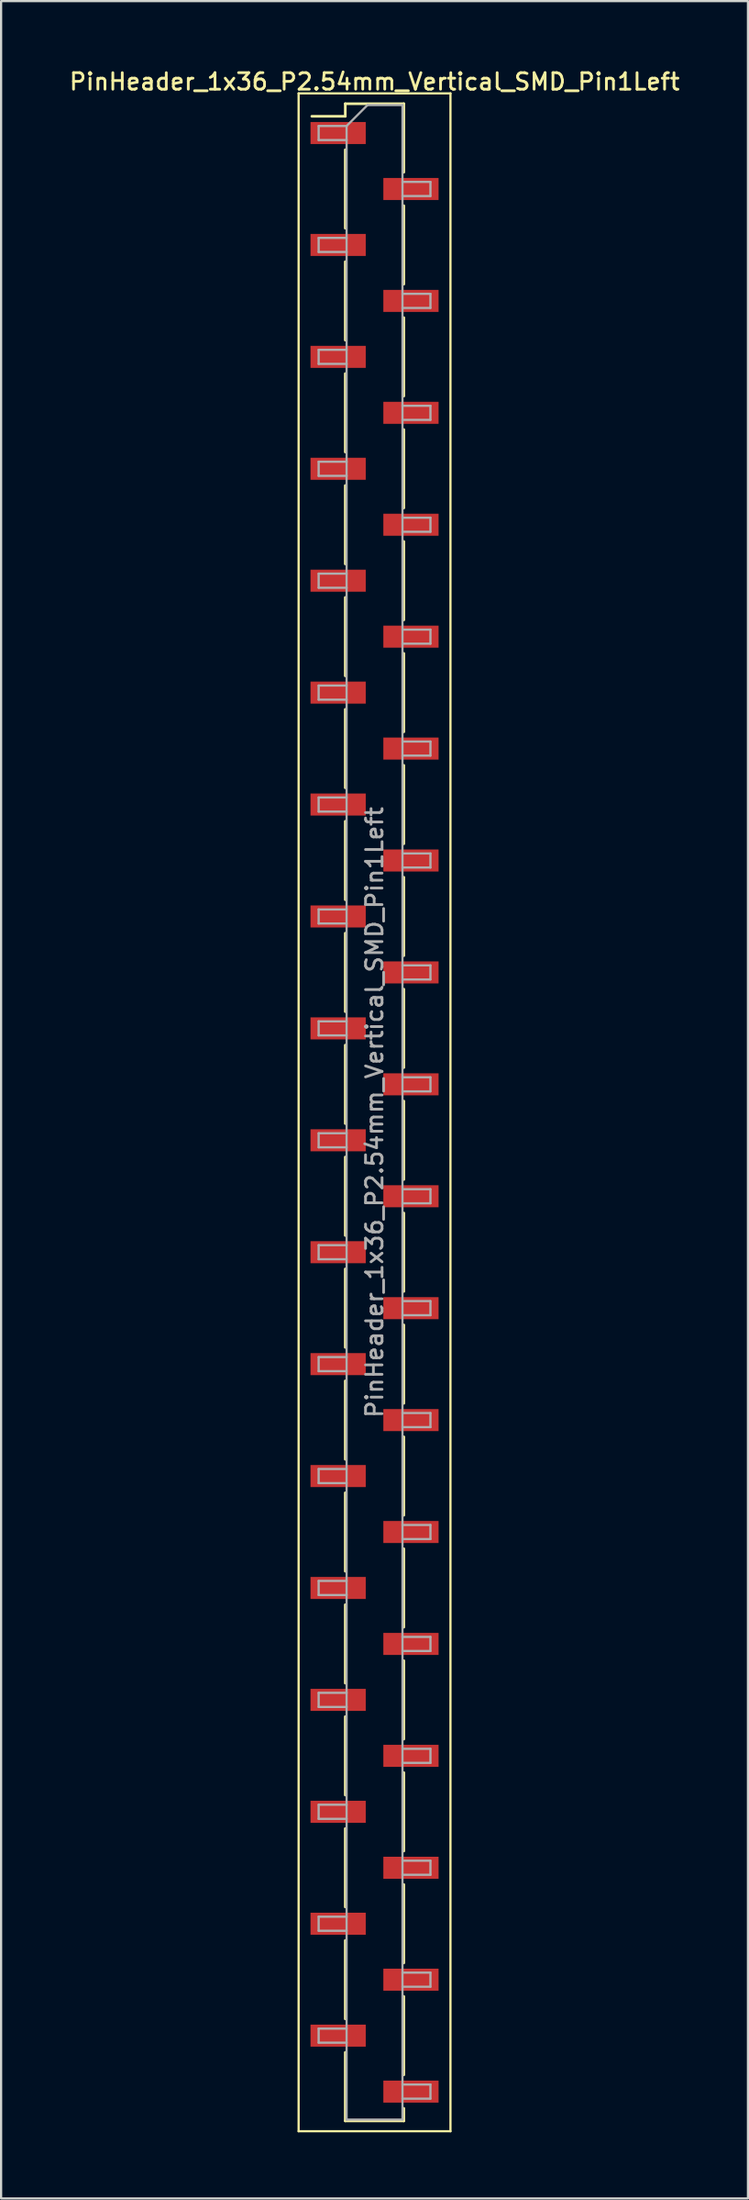
<source format=kicad_pcb>
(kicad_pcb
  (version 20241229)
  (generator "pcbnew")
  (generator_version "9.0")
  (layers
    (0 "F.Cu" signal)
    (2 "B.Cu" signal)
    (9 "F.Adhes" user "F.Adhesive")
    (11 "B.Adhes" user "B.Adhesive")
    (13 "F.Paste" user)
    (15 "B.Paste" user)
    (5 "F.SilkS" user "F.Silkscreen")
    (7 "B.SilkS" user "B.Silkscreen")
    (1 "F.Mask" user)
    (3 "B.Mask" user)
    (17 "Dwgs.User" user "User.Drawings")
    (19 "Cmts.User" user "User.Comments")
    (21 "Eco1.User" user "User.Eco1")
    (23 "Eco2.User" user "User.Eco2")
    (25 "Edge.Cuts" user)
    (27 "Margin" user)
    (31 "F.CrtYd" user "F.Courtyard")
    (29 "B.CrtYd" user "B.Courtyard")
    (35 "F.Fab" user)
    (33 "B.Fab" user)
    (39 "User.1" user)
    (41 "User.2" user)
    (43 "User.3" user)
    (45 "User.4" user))
  (footprint "PinHeader_1x36_P2.54mm_Vertical_SMD_Pin1Left"
    (layer "F.Cu")
    (at 13.97 47.438)
    (property "Reference" "PinHeader_1x36_P2.54mm_Vertical_SMD_Pin1Left" (at 0 -46.78 0) (layer "F.SilkS") (effects (font (size 0.75 0.75) (thickness 0.125))))
    (attr smd)
    (fp_line (start -3.45 -46.25) (end -3.45 46.25) (stroke (width 0.1) (type solid)) (layer "F.SilkS"))
    (fp_line (start -3.45 46.25) (end 3.45 46.25) (stroke (width 0.1) (type solid)) (layer "F.SilkS"))
    (fp_line (start -1.33 -45.78) (end -1.33 -45.21) (stroke (width 0.12) (type solid)) (layer "F.SilkS"))
    (fp_line (start -1.33 -45.78) (end 1.33 -45.78) (stroke (width 0.12) (type solid)) (layer "F.SilkS"))
    (fp_line (start -1.33 -45.21) (end -2.85 -45.21) (stroke (width 0.12) (type solid)) (layer "F.SilkS"))
    (fp_line (start -1.33 -43.69) (end -1.33 -40.13) (stroke (width 0.12) (type solid)) (layer "F.SilkS"))
    (fp_line (start -1.33 -38.61) (end -1.33 -35.05) (stroke (width 0.12) (type solid)) (layer "F.SilkS"))
    (fp_line (start -1.33 -33.53) (end -1.33 -29.97) (stroke (width 0.12) (type solid)) (layer "F.SilkS"))
    (fp_line (start -1.33 -28.45) (end -1.33 -24.89) (stroke (width 0.12) (type solid)) (layer "F.SilkS"))
    (fp_line (start -1.33 -23.37) (end -1.33 -19.81) (stroke (width 0.12) (type solid)) (layer "F.SilkS"))
    (fp_line (start -1.33 -18.29) (end -1.33 -14.73) (stroke (width 0.12) (type solid)) (layer "F.SilkS"))
    (fp_line (start -1.33 -13.21) (end -1.33 -9.65) (stroke (width 0.12) (type solid)) (layer "F.SilkS"))
    (fp_line (start -1.33 -8.13) (end -1.33 -4.57) (stroke (width 0.12) (type solid)) (layer "F.SilkS"))
    (fp_line (start -1.33 -3.05) (end -1.33 0.51) (stroke (width 0.12) (type solid)) (layer "F.SilkS"))
    (fp_line (start -1.33 2.03) (end -1.33 5.59) (stroke (width 0.12) (type solid)) (layer "F.SilkS"))
    (fp_line (start -1.33 7.11) (end -1.33 10.67) (stroke (width 0.12) (type solid)) (layer "F.SilkS"))
    (fp_line (start -1.33 12.19) (end -1.33 15.75) (stroke (width 0.12) (type solid)) (layer "F.SilkS"))
    (fp_line (start -1.33 17.27) (end -1.33 20.83) (stroke (width 0.12) (type solid)) (layer "F.SilkS"))
    (fp_line (start -1.33 22.35) (end -1.33 25.91) (stroke (width 0.12) (type solid)) (layer "F.SilkS"))
    (fp_line (start -1.33 27.43) (end -1.33 30.99) (stroke (width 0.12) (type solid)) (layer "F.SilkS"))
    (fp_line (start -1.33 32.51) (end -1.33 36.07) (stroke (width 0.12) (type solid)) (layer "F.SilkS"))
    (fp_line (start -1.33 37.59) (end -1.33 41.15) (stroke (width 0.12) (type solid)) (layer "F.SilkS"))
    (fp_line (start -1.33 42.67) (end -1.33 45.78) (stroke (width 0.12) (type solid)) (layer "F.SilkS"))
    (fp_line (start -1.33 45.78) (end 1.33 45.78) (stroke (width 0.12) (type solid)) (layer "F.SilkS"))
    (fp_line (start 1.33 -45.78) (end 1.33 -42.67) (stroke (width 0.12) (type solid)) (layer "F.SilkS"))
    (fp_line (start 1.33 -41.15) (end 1.33 -37.59) (stroke (width 0.12) (type solid)) (layer "F.SilkS"))
    (fp_line (start 1.33 -36.07) (end 1.33 -32.51) (stroke (width 0.12) (type solid)) (layer "F.SilkS"))
    (fp_line (start 1.33 -30.99) (end 1.33 -27.43) (stroke (width 0.12) (type solid)) (layer "F.SilkS"))
    (fp_line (start 1.33 -25.91) (end 1.33 -22.35) (stroke (width 0.12) (type solid)) (layer "F.SilkS"))
    (fp_line (start 1.33 -20.83) (end 1.33 -17.27) (stroke (width 0.12) (type solid)) (layer "F.SilkS"))
    (fp_line (start 1.33 -15.75) (end 1.33 -12.19) (stroke (width 0.12) (type solid)) (layer "F.SilkS"))
    (fp_line (start 1.33 -10.67) (end 1.33 -7.11) (stroke (width 0.12) (type solid)) (layer "F.SilkS"))
    (fp_line (start 1.33 -5.59) (end 1.33 -2.03) (stroke (width 0.12) (type solid)) (layer "F.SilkS"))
    (fp_line (start 1.33 -0.51) (end 1.33 3.05) (stroke (width 0.12) (type solid)) (layer "F.SilkS"))
    (fp_line (start 1.33 4.57) (end 1.33 8.13) (stroke (width 0.12) (type solid)) (layer "F.SilkS"))
    (fp_line (start 1.33 9.65) (end 1.33 13.21) (stroke (width 0.12) (type solid)) (layer "F.SilkS"))
    (fp_line (start 1.33 14.73) (end 1.33 18.29) (stroke (width 0.12) (type solid)) (layer "F.SilkS"))
    (fp_line (start 1.33 19.81) (end 1.33 23.37) (stroke (width 0.12) (type solid)) (layer "F.SilkS"))
    (fp_line (start 1.33 24.89) (end 1.33 28.45) (stroke (width 0.12) (type solid)) (layer "F.SilkS"))
    (fp_line (start 1.33 29.97) (end 1.33 33.53) (stroke (width 0.12) (type solid)) (layer "F.SilkS"))
    (fp_line (start 1.33 35.05) (end 1.33 38.61) (stroke (width 0.12) (type solid)) (layer "F.SilkS"))
    (fp_line (start 1.33 40.13) (end 1.33 43.69) (stroke (width 0.12) (type solid)) (layer "F.SilkS"))
    (fp_line (start 1.33 45.21) (end 1.33 45.78) (stroke (width 0.12) (type solid)) (layer "F.SilkS"))
    (fp_line (start 3.45 -46.25) (end -3.45 -46.25) (stroke (width 0.1) (type solid)) (layer "F.SilkS"))
    (fp_line (start 3.45 46.25) (end 3.45 -46.25) (stroke (width 0.1) (type solid)) (layer "F.SilkS"))
    (fp_line (start -2.54 -44.77) (end -2.54 -44.13) (stroke (width 0.1) (type solid)) (layer "F.Fab"))
    (fp_line (start -2.54 -44.13) (end -1.27 -44.13) (stroke (width 0.1) (type solid)) (layer "F.Fab"))
    (fp_line (start -2.54 -39.69) (end -2.54 -39.05) (stroke (width 0.1) (type solid)) (layer "F.Fab"))
    (fp_line (start -2.54 -39.05) (end -1.27 -39.05) (stroke (width 0.1) (type solid)) (layer "F.Fab"))
    (fp_line (start -2.54 -34.61) (end -2.54 -33.97) (stroke (width 0.1) (type solid)) (layer "F.Fab"))
    (fp_line (start -2.54 -33.97) (end -1.27 -33.97) (stroke (width 0.1) (type solid)) (layer "F.Fab"))
    (fp_line (start -2.54 -29.53) (end -2.54 -28.89) (stroke (width 0.1) (type solid)) (layer "F.Fab"))
    (fp_line (start -2.54 -28.89) (end -1.27 -28.89) (stroke (width 0.1) (type solid)) (layer "F.Fab"))
    (fp_line (start -2.54 -24.45) (end -2.54 -23.81) (stroke (width 0.1) (type solid)) (layer "F.Fab"))
    (fp_line (start -2.54 -23.81) (end -1.27 -23.81) (stroke (width 0.1) (type solid)) (layer "F.Fab"))
    (fp_line (start -2.54 -19.37) (end -2.54 -18.73) (stroke (width 0.1) (type solid)) (layer "F.Fab"))
    (fp_line (start -2.54 -18.73) (end -1.27 -18.73) (stroke (width 0.1) (type solid)) (layer "F.Fab"))
    (fp_line (start -2.54 -14.29) (end -2.54 -13.65) (stroke (width 0.1) (type solid)) (layer "F.Fab"))
    (fp_line (start -2.54 -13.65) (end -1.27 -13.65) (stroke (width 0.1) (type solid)) (layer "F.Fab"))
    (fp_line (start -2.54 -9.21) (end -2.54 -8.57) (stroke (width 0.1) (type solid)) (layer "F.Fab"))
    (fp_line (start -2.54 -8.57) (end -1.27 -8.57) (stroke (width 0.1) (type solid)) (layer "F.Fab"))
    (fp_line (start -2.54 -4.13) (end -2.54 -3.49) (stroke (width 0.1) (type solid)) (layer "F.Fab"))
    (fp_line (start -2.54 -3.49) (end -1.27 -3.49) (stroke (width 0.1) (type solid)) (layer "F.Fab"))
    (fp_line (start -2.54 0.95) (end -2.54 1.59) (stroke (width 0.1) (type solid)) (layer "F.Fab"))
    (fp_line (start -2.54 1.59) (end -1.27 1.59) (stroke (width 0.1) (type solid)) (layer "F.Fab"))
    (fp_line (start -2.54 6.03) (end -2.54 6.67) (stroke (width 0.1) (type solid)) (layer "F.Fab"))
    (fp_line (start -2.54 6.67) (end -1.27 6.67) (stroke (width 0.1) (type solid)) (layer "F.Fab"))
    (fp_line (start -2.54 11.11) (end -2.54 11.75) (stroke (width 0.1) (type solid)) (layer "F.Fab"))
    (fp_line (start -2.54 11.75) (end -1.27 11.75) (stroke (width 0.1) (type solid)) (layer "F.Fab"))
    (fp_line (start -2.54 16.19) (end -2.54 16.83) (stroke (width 0.1) (type solid)) (layer "F.Fab"))
    (fp_line (start -2.54 16.83) (end -1.27 16.83) (stroke (width 0.1) (type solid)) (layer "F.Fab"))
    (fp_line (start -2.54 21.27) (end -2.54 21.91) (stroke (width 0.1) (type solid)) (layer "F.Fab"))
    (fp_line (start -2.54 21.91) (end -1.27 21.91) (stroke (width 0.1) (type solid)) (layer "F.Fab"))
    (fp_line (start -2.54 26.35) (end -2.54 26.99) (stroke (width 0.1) (type solid)) (layer "F.Fab"))
    (fp_line (start -2.54 26.99) (end -1.27 26.99) (stroke (width 0.1) (type solid)) (layer "F.Fab"))
    (fp_line (start -2.54 31.43) (end -2.54 32.07) (stroke (width 0.1) (type solid)) (layer "F.Fab"))
    (fp_line (start -2.54 32.07) (end -1.27 32.07) (stroke (width 0.1) (type solid)) (layer "F.Fab"))
    (fp_line (start -2.54 36.51) (end -2.54 37.15) (stroke (width 0.1) (type solid)) (layer "F.Fab"))
    (fp_line (start -2.54 37.15) (end -1.27 37.15) (stroke (width 0.1) (type solid)) (layer "F.Fab"))
    (fp_line (start -2.54 41.59) (end -2.54 42.23) (stroke (width 0.1) (type solid)) (layer "F.Fab"))
    (fp_line (start -2.54 42.23) (end -1.27 42.23) (stroke (width 0.1) (type solid)) (layer "F.Fab"))
    (fp_line (start -1.27 -44.77) (end -2.54 -44.77) (stroke (width 0.1) (type solid)) (layer "F.Fab"))
    (fp_line (start -1.27 -44.77) (end -0.32 -45.72) (stroke (width 0.1) (type solid)) (layer "F.Fab"))
    (fp_line (start -1.27 -39.69) (end -2.54 -39.69) (stroke (width 0.1) (type solid)) (layer "F.Fab"))
    (fp_line (start -1.27 -34.61) (end -2.54 -34.61) (stroke (width 0.1) (type solid)) (layer "F.Fab"))
    (fp_line (start -1.27 -29.53) (end -2.54 -29.53) (stroke (width 0.1) (type solid)) (layer "F.Fab"))
    (fp_line (start -1.27 -24.45) (end -2.54 -24.45) (stroke (width 0.1) (type solid)) (layer "F.Fab"))
    (fp_line (start -1.27 -19.37) (end -2.54 -19.37) (stroke (width 0.1) (type solid)) (layer "F.Fab"))
    (fp_line (start -1.27 -14.29) (end -2.54 -14.29) (stroke (width 0.1) (type solid)) (layer "F.Fab"))
    (fp_line (start -1.27 -9.21) (end -2.54 -9.21) (stroke (width 0.1) (type solid)) (layer "F.Fab"))
    (fp_line (start -1.27 -4.13) (end -2.54 -4.13) (stroke (width 0.1) (type solid)) (layer "F.Fab"))
    (fp_line (start -1.27 0.95) (end -2.54 0.95) (stroke (width 0.1) (type solid)) (layer "F.Fab"))
    (fp_line (start -1.27 6.03) (end -2.54 6.03) (stroke (width 0.1) (type solid)) (layer "F.Fab"))
    (fp_line (start -1.27 11.11) (end -2.54 11.11) (stroke (width 0.1) (type solid)) (layer "F.Fab"))
    (fp_line (start -1.27 16.19) (end -2.54 16.19) (stroke (width 0.1) (type solid)) (layer "F.Fab"))
    (fp_line (start -1.27 21.27) (end -2.54 21.27) (stroke (width 0.1) (type solid)) (layer "F.Fab"))
    (fp_line (start -1.27 26.35) (end -2.54 26.35) (stroke (width 0.1) (type solid)) (layer "F.Fab"))
    (fp_line (start -1.27 31.43) (end -2.54 31.43) (stroke (width 0.1) (type solid)) (layer "F.Fab"))
    (fp_line (start -1.27 36.51) (end -2.54 36.51) (stroke (width 0.1) (type solid)) (layer "F.Fab"))
    (fp_line (start -1.27 41.59) (end -2.54 41.59) (stroke (width 0.1) (type solid)) (layer "F.Fab"))
    (fp_line (start -1.27 45.72) (end -1.27 -44.77) (stroke (width 0.1) (type solid)) (layer "F.Fab"))
    (fp_line (start -0.32 -45.72) (end 1.27 -45.72) (stroke (width 0.1) (type solid)) (layer "F.Fab"))
    (fp_line (start 1.27 -45.72) (end 1.27 45.72) (stroke (width 0.1) (type solid)) (layer "F.Fab"))
    (fp_line (start 1.27 -42.23) (end 2.54 -42.23) (stroke (width 0.1) (type solid)) (layer "F.Fab"))
    (fp_line (start 1.27 -37.15) (end 2.54 -37.15) (stroke (width 0.1) (type solid)) (layer "F.Fab"))
    (fp_line (start 1.27 -32.07) (end 2.54 -32.07) (stroke (width 0.1) (type solid)) (layer "F.Fab"))
    (fp_line (start 1.27 -26.99) (end 2.54 -26.99) (stroke (width 0.1) (type solid)) (layer "F.Fab"))
    (fp_line (start 1.27 -21.91) (end 2.54 -21.91) (stroke (width 0.1) (type solid)) (layer "F.Fab"))
    (fp_line (start 1.27 -16.83) (end 2.54 -16.83) (stroke (width 0.1) (type solid)) (layer "F.Fab"))
    (fp_line (start 1.27 -11.75) (end 2.54 -11.75) (stroke (width 0.1) (type solid)) (layer "F.Fab"))
    (fp_line (start 1.27 -6.67) (end 2.54 -6.67) (stroke (width 0.1) (type solid)) (layer "F.Fab"))
    (fp_line (start 1.27 -1.59) (end 2.54 -1.59) (stroke (width 0.1) (type solid)) (layer "F.Fab"))
    (fp_line (start 1.27 3.49) (end 2.54 3.49) (stroke (width 0.1) (type solid)) (layer "F.Fab"))
    (fp_line (start 1.27 8.57) (end 2.54 8.57) (stroke (width 0.1) (type solid)) (layer "F.Fab"))
    (fp_line (start 1.27 13.65) (end 2.54 13.65) (stroke (width 0.1) (type solid)) (layer "F.Fab"))
    (fp_line (start 1.27 18.73) (end 2.54 18.73) (stroke (width 0.1) (type solid)) (layer "F.Fab"))
    (fp_line (start 1.27 23.81) (end 2.54 23.81) (stroke (width 0.1) (type solid)) (layer "F.Fab"))
    (fp_line (start 1.27 28.89) (end 2.54 28.89) (stroke (width 0.1) (type solid)) (layer "F.Fab"))
    (fp_line (start 1.27 33.97) (end 2.54 33.97) (stroke (width 0.1) (type solid)) (layer "F.Fab"))
    (fp_line (start 1.27 39.05) (end 2.54 39.05) (stroke (width 0.1) (type solid)) (layer "F.Fab"))
    (fp_line (start 1.27 44.13) (end 2.54 44.13) (stroke (width 0.1) (type solid)) (layer "F.Fab"))
    (fp_line (start 1.27 45.72) (end -1.27 45.72) (stroke (width 0.1) (type solid)) (layer "F.Fab"))
    (fp_line (start 2.54 -42.23) (end 2.54 -41.59) (stroke (width 0.1) (type solid)) (layer "F.Fab"))
    (fp_line (start 2.54 -41.59) (end 1.27 -41.59) (stroke (width 0.1) (type solid)) (layer "F.Fab"))
    (fp_line (start 2.54 -37.15) (end 2.54 -36.51) (stroke (width 0.1) (type solid)) (layer "F.Fab"))
    (fp_line (start 2.54 -36.51) (end 1.27 -36.51) (stroke (width 0.1) (type solid)) (layer "F.Fab"))
    (fp_line (start 2.54 -32.07) (end 2.54 -31.43) (stroke (width 0.1) (type solid)) (layer "F.Fab"))
    (fp_line (start 2.54 -31.43) (end 1.27 -31.43) (stroke (width 0.1) (type solid)) (layer "F.Fab"))
    (fp_line (start 2.54 -26.99) (end 2.54 -26.35) (stroke (width 0.1) (type solid)) (layer "F.Fab"))
    (fp_line (start 2.54 -26.35) (end 1.27 -26.35) (stroke (width 0.1) (type solid)) (layer "F.Fab"))
    (fp_line (start 2.54 -21.91) (end 2.54 -21.27) (stroke (width 0.1) (type solid)) (layer "F.Fab"))
    (fp_line (start 2.54 -21.27) (end 1.27 -21.27) (stroke (width 0.1) (type solid)) (layer "F.Fab"))
    (fp_line (start 2.54 -16.83) (end 2.54 -16.19) (stroke (width 0.1) (type solid)) (layer "F.Fab"))
    (fp_line (start 2.54 -16.19) (end 1.27 -16.19) (stroke (width 0.1) (type solid)) (layer "F.Fab"))
    (fp_line (start 2.54 -11.75) (end 2.54 -11.11) (stroke (width 0.1) (type solid)) (layer "F.Fab"))
    (fp_line (start 2.54 -11.11) (end 1.27 -11.11) (stroke (width 0.1) (type solid)) (layer "F.Fab"))
    (fp_line (start 2.54 -6.67) (end 2.54 -6.03) (stroke (width 0.1) (type solid)) (layer "F.Fab"))
    (fp_line (start 2.54 -6.03) (end 1.27 -6.03) (stroke (width 0.1) (type solid)) (layer "F.Fab"))
    (fp_line (start 2.54 -1.59) (end 2.54 -0.95) (stroke (width 0.1) (type solid)) (layer "F.Fab"))
    (fp_line (start 2.54 -0.95) (end 1.27 -0.95) (stroke (width 0.1) (type solid)) (layer "F.Fab"))
    (fp_line (start 2.54 3.49) (end 2.54 4.13) (stroke (width 0.1) (type solid)) (layer "F.Fab"))
    (fp_line (start 2.54 4.13) (end 1.27 4.13) (stroke (width 0.1) (type solid)) (layer "F.Fab"))
    (fp_line (start 2.54 8.57) (end 2.54 9.21) (stroke (width 0.1) (type solid)) (layer "F.Fab"))
    (fp_line (start 2.54 9.21) (end 1.27 9.21) (stroke (width 0.1) (type solid)) (layer "F.Fab"))
    (fp_line (start 2.54 13.65) (end 2.54 14.29) (stroke (width 0.1) (type solid)) (layer "F.Fab"))
    (fp_line (start 2.54 14.29) (end 1.27 14.29) (stroke (width 0.1) (type solid)) (layer "F.Fab"))
    (fp_line (start 2.54 18.73) (end 2.54 19.37) (stroke (width 0.1) (type solid)) (layer "F.Fab"))
    (fp_line (start 2.54 19.37) (end 1.27 19.37) (stroke (width 0.1) (type solid)) (layer "F.Fab"))
    (fp_line (start 2.54 23.81) (end 2.54 24.45) (stroke (width 0.1) (type solid)) (layer "F.Fab"))
    (fp_line (start 2.54 24.45) (end 1.27 24.45) (stroke (width 0.1) (type solid)) (layer "F.Fab"))
    (fp_line (start 2.54 28.89) (end 2.54 29.53) (stroke (width 0.1) (type solid)) (layer "F.Fab"))
    (fp_line (start 2.54 29.53) (end 1.27 29.53) (stroke (width 0.1) (type solid)) (layer "F.Fab"))
    (fp_line (start 2.54 33.97) (end 2.54 34.61) (stroke (width 0.1) (type solid)) (layer "F.Fab"))
    (fp_line (start 2.54 34.61) (end 1.27 34.61) (stroke (width 0.1) (type solid)) (layer "F.Fab"))
    (fp_line (start 2.54 39.05) (end 2.54 39.69) (stroke (width 0.1) (type solid)) (layer "F.Fab"))
    (fp_line (start 2.54 39.69) (end 1.27 39.69) (stroke (width 0.1) (type solid)) (layer "F.Fab"))
    (fp_line (start 2.54 44.13) (end 2.54 44.77) (stroke (width 0.1) (type solid)) (layer "F.Fab"))
    (fp_line (start 2.54 44.77) (end 1.27 44.77) (stroke (width 0.1) (type solid)) (layer "F.Fab"))
    (fp_text user "${REFERENCE}" (at 0 0 90) (layer "F.Fab") (effects (font (size 0.75 0.75) (thickness 0.125))))
    (pad "1" smd rect (at -1.655 -44.45) (size 2.51 1) (layers "F.Cu" "F.Mask" "F.Paste"))
    (pad "2" smd rect (at 1.655 -41.91) (size 2.51 1) (layers "F.Cu" "F.Mask" "F.Paste"))
    (pad "3" smd rect (at -1.655 -39.37) (size 2.51 1) (layers "F.Cu" "F.Mask" "F.Paste"))
    (pad "4" smd rect (at 1.655 -36.83) (size 2.51 1) (layers "F.Cu" "F.Mask" "F.Paste"))
    (pad "5" smd rect (at -1.655 -34.29) (size 2.51 1) (layers "F.Cu" "F.Mask" "F.Paste"))
    (pad "6" smd rect (at 1.655 -31.75) (size 2.51 1) (layers "F.Cu" "F.Mask" "F.Paste"))
    (pad "7" smd rect (at -1.655 -29.21) (size 2.51 1) (layers "F.Cu" "F.Mask" "F.Paste"))
    (pad "8" smd rect (at 1.655 -26.67) (size 2.51 1) (layers "F.Cu" "F.Mask" "F.Paste"))
    (pad "9" smd rect (at -1.655 -24.13) (size 2.51 1) (layers "F.Cu" "F.Mask" "F.Paste"))
    (pad "10" smd rect (at 1.655 -21.59) (size 2.51 1) (layers "F.Cu" "F.Mask" "F.Paste"))
    (pad "11" smd rect (at -1.655 -19.05) (size 2.51 1) (layers "F.Cu" "F.Mask" "F.Paste"))
    (pad "12" smd rect (at 1.655 -16.51) (size 2.51 1) (layers "F.Cu" "F.Mask" "F.Paste"))
    (pad "13" smd rect (at -1.655 -13.97) (size 2.51 1) (layers "F.Cu" "F.Mask" "F.Paste"))
    (pad "14" smd rect (at 1.655 -11.43) (size 2.51 1) (layers "F.Cu" "F.Mask" "F.Paste"))
    (pad "15" smd rect (at -1.655 -8.89) (size 2.51 1) (layers "F.Cu" "F.Mask" "F.Paste"))
    (pad "16" smd rect (at 1.655 -6.35) (size 2.51 1) (layers "F.Cu" "F.Mask" "F.Paste"))
    (pad "17" smd rect (at -1.655 -3.81) (size 2.51 1) (layers "F.Cu" "F.Mask" "F.Paste"))
    (pad "18" smd rect (at 1.655 -1.27) (size 2.51 1) (layers "F.Cu" "F.Mask" "F.Paste"))
    (pad "19" smd rect (at -1.655 1.27) (size 2.51 1) (layers "F.Cu" "F.Mask" "F.Paste"))
    (pad "20" smd rect (at 1.655 3.81) (size 2.51 1) (layers "F.Cu" "F.Mask" "F.Paste"))
    (pad "21" smd rect (at -1.655 6.35) (size 2.51 1) (layers "F.Cu" "F.Mask" "F.Paste"))
    (pad "22" smd rect (at 1.655 8.89) (size 2.51 1) (layers "F.Cu" "F.Mask" "F.Paste"))
    (pad "23" smd rect (at -1.655 11.43) (size 2.51 1) (layers "F.Cu" "F.Mask" "F.Paste"))
    (pad "24" smd rect (at 1.655 13.97) (size 2.51 1) (layers "F.Cu" "F.Mask" "F.Paste"))
    (pad "25" smd rect (at -1.655 16.51) (size 2.51 1) (layers "F.Cu" "F.Mask" "F.Paste"))
    (pad "26" smd rect (at 1.655 19.05) (size 2.51 1) (layers "F.Cu" "F.Mask" "F.Paste"))
    (pad "27" smd rect (at -1.655 21.59) (size 2.51 1) (layers "F.Cu" "F.Mask" "F.Paste"))
    (pad "28" smd rect (at 1.655 24.13) (size 2.51 1) (layers "F.Cu" "F.Mask" "F.Paste"))
    (pad "29" smd rect (at -1.655 26.67) (size 2.51 1) (layers "F.Cu" "F.Mask" "F.Paste"))
    (pad "30" smd rect (at 1.655 29.21) (size 2.51 1) (layers "F.Cu" "F.Mask" "F.Paste"))
    (pad "31" smd rect (at -1.655 31.75) (size 2.51 1) (layers "F.Cu" "F.Mask" "F.Paste"))
    (pad "32" smd rect (at 1.655 34.29) (size 2.51 1) (layers "F.Cu" "F.Mask" "F.Paste"))
    (pad "33" smd rect (at -1.655 36.83) (size 2.51 1) (layers "F.Cu" "F.Mask" "F.Paste"))
    (pad "34" smd rect (at 1.655 39.37) (size 2.51 1) (layers "F.Cu" "F.Mask" "F.Paste"))
    (pad "35" smd rect (at -1.655 41.91) (size 2.51 1) (layers "F.Cu" "F.Mask" "F.Paste"))
    (pad "36" smd rect (at 1.655 44.45) (size 2.51 1) (layers "F.Cu" "F.Mask" "F.Paste")))
  (gr_rect
    (start -3 -3)
    (end 30.939 96.738)
    (stroke (width 0.1) (type default))
    (fill no)
    (layer "Edge.Cuts")))
</source>
